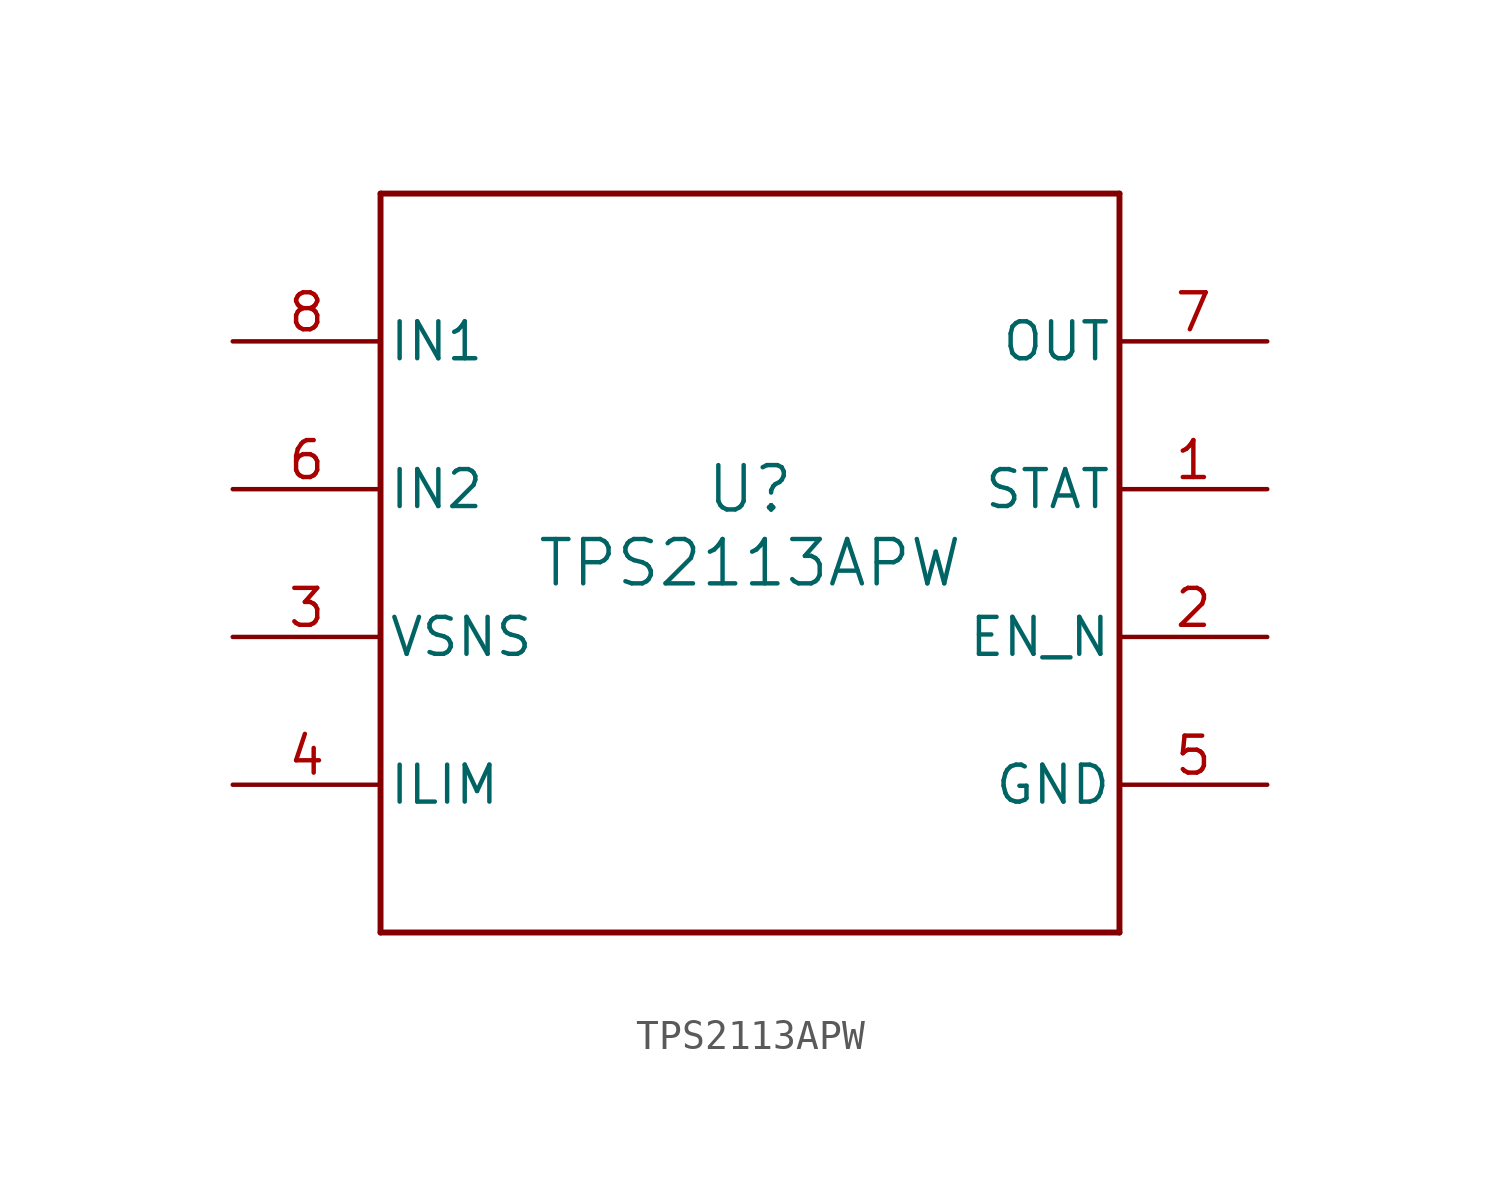
<source format=kicad_sym>
(kicad_symbol_lib
  (version 20211014)
  (generator kicad_symbol_editor)
  (symbol "TPS2113APW"
    (pin_names
      (offset 0.254))
    (property "Reference" "U"
      (at 0 2.54 0)
      (effects (font (size 1.524 1.524))))
    (property "Value" "TPS2113APW"
      (at 0 0 0)
      (effects (font (size 1.524 1.524))))
    (symbol "TPS2113APW_0_1"
      (polyline (pts (xy -12.7 -12.7) (xy 12.7 -12.7)) (stroke (width 0.203) (type default) (color 0 0 0 0)) (fill (type none)))
      (polyline (pts (xy 12.7 -12.7) (xy 12.7 12.7)) (stroke (width 0.203) (type default) (color 0 0 0 0)) (fill (type none)))
      (polyline (pts (xy 12.7 12.7) (xy -12.7 12.7)) (stroke (width 0.203) (type default) (color 0 0 0 0)) (fill (type none)))
      (polyline (pts (xy -12.7 12.7) (xy -12.7 -12.7)) (stroke (width 0.203) (type default) (color 0 0 0 0)) (fill (type none)))
      (pin tri_state line (at 17.78 2.54 180) (length 5.08) (name "STAT" (effects (font (size 1.27 1.27)))) (number "1" (effects (font (size 1.27 1.27)))))
      (pin input line (at 17.78 -2.54 180) (length 5.08) (name "EN_N" (effects (font (size 1.27 1.27)))) (number "2" (effects (font (size 1.27 1.27)))))
      (pin input line (at -17.78 -2.54 0) (length 5.08) (name "VSNS" (effects (font (size 1.27 1.27)))) (number "3" (effects (font (size 1.27 1.27)))))
      (pin input line (at -17.78 -7.62 0) (length 5.08) (name "ILIM" (effects (font (size 1.27 1.27)))) (number "4" (effects (font (size 1.27 1.27)))))
      (pin power_in line (at 17.78 -7.62 180) (length 5.08) (name "GND" (effects (font (size 1.27 1.27)))) (number "5" (effects (font (size 1.27 1.27)))))
      (pin power_in line (at -17.78 2.54 0) (length 5.08) (name "IN2" (effects (font (size 1.27 1.27)))) (number "6" (effects (font (size 1.27 1.27)))))
      (pin power_in line (at 17.78 7.62 180) (length 5.08) (name "OUT" (effects (font (size 1.27 1.27)))) (number "7" (effects (font (size 1.27 1.27)))))
      (pin power_in line (at -17.78 7.62 0) (length 5.08) (name "IN1" (effects (font (size 1.27 1.27)))) (number "8" (effects (font (size 1.27 1.27))))))))
</source>
